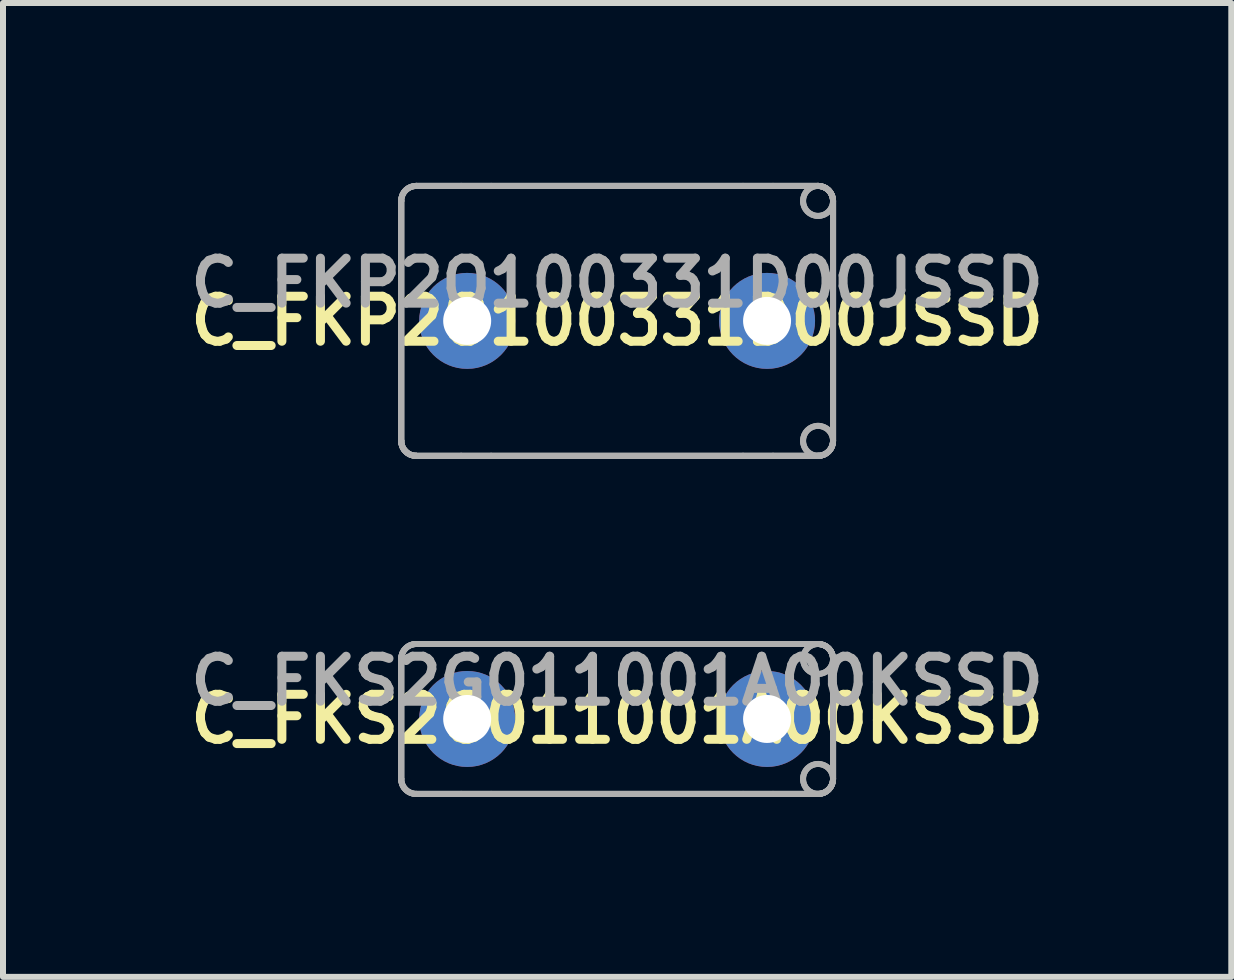
<source format=kicad_pcb>
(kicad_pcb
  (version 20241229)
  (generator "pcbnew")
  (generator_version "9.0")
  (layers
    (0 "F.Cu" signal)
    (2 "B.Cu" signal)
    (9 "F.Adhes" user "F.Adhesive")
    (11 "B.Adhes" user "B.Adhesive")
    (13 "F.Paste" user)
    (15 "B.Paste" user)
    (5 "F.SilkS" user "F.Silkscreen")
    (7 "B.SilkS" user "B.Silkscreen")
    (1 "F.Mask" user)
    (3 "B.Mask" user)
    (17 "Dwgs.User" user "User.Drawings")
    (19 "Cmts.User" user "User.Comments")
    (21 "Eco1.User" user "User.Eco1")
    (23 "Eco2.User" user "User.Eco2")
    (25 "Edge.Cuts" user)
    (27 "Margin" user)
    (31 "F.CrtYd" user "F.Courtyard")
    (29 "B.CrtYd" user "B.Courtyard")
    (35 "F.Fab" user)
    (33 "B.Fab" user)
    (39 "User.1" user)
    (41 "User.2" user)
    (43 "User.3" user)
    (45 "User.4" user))
  (footprint "C_FKP2O100331D00JSSD"
    (layer "F.Cu")
    (at 7.239 2.3)
    (property "Reference" "C_FKP2O100331D00JSSD" (at 0 0 0) (layer "F.SilkS") (effects (font (size 0.75 0.75) (thickness 0.15))))
    (attr through_hole)
    (fp_line (start -3.6 -2) (end -3.6 -2) (stroke (width 0.1) (type solid)) (layer "F.Fab"))
    (fp_line (start -3.6 -2) (end -3.6 -2) (stroke (width 0.1) (type solid)) (layer "F.Fab"))
    (fp_line (start -3.6 -2) (end -3.6 2) (stroke (width 0.1) (type solid)) (layer "F.Fab"))
    (fp_line (start -3.6 -2) (end -3.6 2) (stroke (width 0.1) (type solid)) (layer "F.Fab"))
    (fp_line (start -3.6 -2) (end -3.6 2) (stroke (width 0.1) (type solid)) (layer "F.Fab"))
    (fp_line (start -3.6 -2) (end -3.6 2) (stroke (width 0.1) (type solid)) (layer "F.Fab"))
    (fp_line (start -3.6 2) (end -3.6 2) (stroke (width 0.1) (type solid)) (layer "F.Fab"))
    (fp_line (start -3.6 2) (end -3.6 2) (stroke (width 0.1) (type solid)) (layer "F.Fab"))
    (fp_line (start -3.35 -2.25) (end -3.35 -2.25) (stroke (width 0.1) (type solid)) (layer "F.Fab"))
    (fp_line (start -3.35 -2.25) (end -3.35 -2.25) (stroke (width 0.1) (type solid)) (layer "F.Fab"))
    (fp_line (start -3.35 -2.25) (end 3.35 -2.25) (stroke (width 0.1) (type solid)) (layer "F.Fab"))
    (fp_line (start -3.35 -2.25) (end 3.35 -2.25) (stroke (width 0.1) (type solid)) (layer "F.Fab"))
    (fp_line (start -3.35 2.25) (end -3.35 2.25) (stroke (width 0.1) (type solid)) (layer "F.Fab"))
    (fp_line (start -3.35 2.25) (end -3.35 2.25) (stroke (width 0.1) (type solid)) (layer "F.Fab"))
    (fp_line (start -3.35 2.25) (end 3.35 2.25) (stroke (width 0.1) (type solid)) (layer "F.Fab"))
    (fp_line (start -3.35 2.25) (end 3.35 2.25) (stroke (width 0.1) (type solid)) (layer "F.Fab"))
    (fp_line (start -2.6 -2.25) (end -3.35 -2.25) (stroke (width 0.1) (type solid)) (layer "F.Fab"))
    (fp_line (start -2.6 -2.25) (end -3.35 -2.25) (stroke (width 0.1) (type solid)) (layer "F.Fab"))
    (fp_line (start -2.6 2.25) (end -3.35 2.25) (stroke (width 0.1) (type solid)) (layer "F.Fab"))
    (fp_line (start -2.6 2.25) (end -3.35 2.25) (stroke (width 0.1) (type solid)) (layer "F.Fab"))
    (fp_line (start -2.1 -2.25) (end -2.6 -2.25) (stroke (width 0.1) (type solid)) (layer "F.Fab"))
    (fp_line (start -2.1 -2.25) (end -2.6 -2.25) (stroke (width 0.1) (type solid)) (layer "F.Fab"))
    (fp_line (start -2.1 2.25) (end -2.6 2.25) (stroke (width 0.1) (type solid)) (layer "F.Fab"))
    (fp_line (start -2.1 2.25) (end -2.6 2.25) (stroke (width 0.1) (type solid)) (layer "F.Fab"))
    (fp_line (start 2.1 -2.25) (end -2.1 -2.25) (stroke (width 0.1) (type solid)) (layer "F.Fab"))
    (fp_line (start 2.1 -2.25) (end -2.1 -2.25) (stroke (width 0.1) (type solid)) (layer "F.Fab"))
    (fp_line (start 2.1 2.25) (end -2.1 2.25) (stroke (width 0.1) (type solid)) (layer "F.Fab"))
    (fp_line (start 2.1 2.25) (end -2.1 2.25) (stroke (width 0.1) (type solid)) (layer "F.Fab"))
    (fp_line (start 2.6 -2.25) (end 2.1 -2.25) (stroke (width 0.1) (type solid)) (layer "F.Fab"))
    (fp_line (start 2.6 -2.25) (end 2.1 -2.25) (stroke (width 0.1) (type solid)) (layer "F.Fab"))
    (fp_line (start 2.6 2.25) (end 2.1 2.25) (stroke (width 0.1) (type solid)) (layer "F.Fab"))
    (fp_line (start 2.6 2.25) (end 2.1 2.25) (stroke (width 0.1) (type solid)) (layer "F.Fab"))
    (fp_line (start 3.35 -2.25) (end 2.6 -2.25) (stroke (width 0.1) (type solid)) (layer "F.Fab"))
    (fp_line (start 3.35 -2.25) (end 2.6 -2.25) (stroke (width 0.1) (type solid)) (layer "F.Fab"))
    (fp_line (start 3.35 -2.25) (end 3.35 -2.25) (stroke (width 0.1) (type solid)) (layer "F.Fab"))
    (fp_line (start 3.35 -2.25) (end 3.35 -2.25) (stroke (width 0.1) (type solid)) (layer "F.Fab"))
    (fp_line (start 3.35 2.25) (end 2.6 2.25) (stroke (width 0.1) (type solid)) (layer "F.Fab"))
    (fp_line (start 3.35 2.25) (end 2.6 2.25) (stroke (width 0.1) (type solid)) (layer "F.Fab"))
    (fp_line (start 3.35 2.25) (end 3.35 2.25) (stroke (width 0.1) (type solid)) (layer "F.Fab"))
    (fp_line (start 3.35 2.25) (end 3.35 2.25) (stroke (width 0.1) (type solid)) (layer "F.Fab"))
    (fp_line (start 3.6 -2) (end 3.6 -2) (stroke (width 0.1) (type solid)) (layer "F.Fab"))
    (fp_line (start 3.6 -2) (end 3.6 -2) (stroke (width 0.1) (type solid)) (layer "F.Fab"))
    (fp_line (start 3.6 -2) (end 3.6 2) (stroke (width 0.1) (type solid)) (layer "F.Fab"))
    (fp_line (start 3.6 -2) (end 3.6 2) (stroke (width 0.1) (type solid)) (layer "F.Fab"))
    (fp_line (start 3.6 -2) (end 3.6 2) (stroke (width 0.1) (type solid)) (layer "F.Fab"))
    (fp_line (start 3.6 -2) (end 3.6 2) (stroke (width 0.1) (type solid)) (layer "F.Fab"))
    (fp_line (start 3.6 2) (end 3.6 2) (stroke (width 0.1) (type solid)) (layer "F.Fab"))
    (fp_line (start 3.6 2) (end 3.6 2) (stroke (width 0.1) (type solid)) (layer "F.Fab"))
    (fp_arc (start -3.6 -2) (mid -3.526777 -2.176777) (end -3.35 -2.25) (stroke (width 0.1) (type solid)) (layer "F.Fab"))
    (fp_arc (start -3.6 -2) (mid -3.526777 -2.176777) (end -3.35 -2.25) (stroke (width 0.1) (type solid)) (layer "F.Fab"))
    (fp_arc (start -3.6 -2) (mid -3.526777 -2.176777) (end -3.35 -2.25) (stroke (width 0.1) (type solid)) (layer "F.Fab"))
    (fp_arc (start -3.6 -2) (mid -3.526777 -2.176777) (end -3.35 -2.25) (stroke (width 0.1) (type solid)) (layer "F.Fab"))
    (fp_arc (start -3.35 2.25) (mid -3.526777 2.176777) (end -3.6 2) (stroke (width 0.1) (type solid)) (layer "F.Fab"))
    (fp_arc (start -3.35 2.25) (mid -3.526777 2.176777) (end -3.6 2) (stroke (width 0.1) (type solid)) (layer "F.Fab"))
    (fp_arc (start -3.35 2.25) (mid -3.526777 2.176777) (end -3.6 2) (stroke (width 0.1) (type solid)) (layer "F.Fab"))
    (fp_arc (start -3.35 2.25) (mid -3.526777 2.176777) (end -3.6 2) (stroke (width 0.1) (type solid)) (layer "F.Fab"))
    (fp_arc (start -3.35 2.25) (mid -3.526777 2.176777) (end -3.6 2) (stroke (width 0.1) (type solid)) (layer "F.Fab"))
    (fp_arc (start -3.35 2.25) (mid -3.526777 2.176777) (end -3.6 2) (stroke (width 0.1) (type solid)) (layer "F.Fab"))
    (fp_arc (start 3.35 -2.25) (mid 3.526777 -2.176777) (end 3.6 -2) (stroke (width 0.1) (type solid)) (layer "F.Fab"))
    (fp_arc (start 3.35 -2.25) (mid 3.526777 -2.176777) (end 3.6 -2) (stroke (width 0.1) (type solid)) (layer "F.Fab"))
    (fp_arc (start 3.35 -2.25) (mid 3.526777 -2.176777) (end 3.6 -2) (stroke (width 0.1) (type solid)) (layer "F.Fab"))
    (fp_arc (start 3.35 -2.25) (mid 3.526777 -2.176777) (end 3.6 -2) (stroke (width 0.1) (type solid)) (layer "F.Fab"))
    (fp_arc (start 3.6 -2) (mid 3.1 -2) (end 3.6 -2) (stroke (width 0.1) (type solid)) (layer "F.Fab"))
    (fp_arc (start 3.6 -2) (mid 3.1 -2) (end 3.6 -2) (stroke (width 0.1) (type solid)) (layer "F.Fab"))
    (fp_arc (start 3.6 2) (mid 3.526777 2.176777) (end 3.35 2.25) (stroke (width 0.1) (type solid)) (layer "F.Fab"))
    (fp_arc (start 3.6 2) (mid 3.526777 2.176777) (end 3.35 2.25) (stroke (width 0.1) (type solid)) (layer "F.Fab"))
    (fp_arc (start 3.6 2) (mid 3.526777 2.176777) (end 3.35 2.25) (stroke (width 0.1) (type solid)) (layer "F.Fab"))
    (fp_arc (start 3.6 2) (mid 3.526777 2.176777) (end 3.35 2.25) (stroke (width 0.1) (type solid)) (layer "F.Fab"))
    (fp_arc (start 3.6 2) (mid 3.1 2) (end 3.6 2) (stroke (width 0.1) (type solid)) (layer "F.Fab"))
    (fp_arc (start 3.6 2) (mid 3.1 2) (end 3.6 2) (stroke (width 0.1) (type solid)) (layer "F.Fab"))
    (fp_text user "${REFERENCE}" (at 0 -0.635 0) (layer "F.Fab") (effects (font (size 0.75 0.75) (thickness 0.15))))
    (pad "" connect circle (at -2.5 0) (size 0.8 0.8) (layers "F.Mask"))
    (pad "" connect circle (at 2.5 0) (size 0.8 0.8) (layers "F.Mask"))
    (pad "1" thru_hole circle (at -2.5 0) (size 1.6 1.6) (drill 0.8) (layers "B.Cu" "B.Mask"))
    (pad "2" thru_hole circle (at 2.5 0) (size 1.6 1.6) (drill 0.8) (layers "B.Cu" "B.Mask")))
  (footprint "C_FKS2G011001A00KSSD"
    (layer "F.Cu")
    (at 7.239 8.937)
    (property "Reference" "C_FKS2G011001A00KSSD" (at 0 0 0) (layer "F.SilkS") (effects (font (size 0.75 0.75) (thickness 0.15))))
    (attr through_hole)
    (fp_line (start -3.6 -1) (end -3.6 -1) (stroke (width 0.1) (type solid)) (layer "F.Fab"))
    (fp_line (start -3.6 -1) (end -3.6 -1) (stroke (width 0.1) (type solid)) (layer "F.Fab"))
    (fp_line (start -3.6 -1) (end -3.6 1) (stroke (width 0.1) (type solid)) (layer "F.Fab"))
    (fp_line (start -3.6 -1) (end -3.6 1) (stroke (width 0.1) (type solid)) (layer "F.Fab"))
    (fp_line (start -3.6 -1) (end -3.6 1) (stroke (width 0.1) (type solid)) (layer "F.Fab"))
    (fp_line (start -3.6 -1) (end -3.6 1) (stroke (width 0.1) (type solid)) (layer "F.Fab"))
    (fp_line (start -3.6 1) (end -3.6 1) (stroke (width 0.1) (type solid)) (layer "F.Fab"))
    (fp_line (start -3.6 1) (end -3.6 1) (stroke (width 0.1) (type solid)) (layer "F.Fab"))
    (fp_line (start -3.35 -1.25) (end -3.35 -1.25) (stroke (width 0.1) (type solid)) (layer "F.Fab"))
    (fp_line (start -3.35 -1.25) (end -3.35 -1.25) (stroke (width 0.1) (type solid)) (layer "F.Fab"))
    (fp_line (start -3.35 -1.25) (end 3.35 -1.25) (stroke (width 0.1) (type solid)) (layer "F.Fab"))
    (fp_line (start -3.35 -1.25) (end 3.35 -1.25) (stroke (width 0.1) (type solid)) (layer "F.Fab"))
    (fp_line (start -3.35 1.25) (end -3.35 1.25) (stroke (width 0.1) (type solid)) (layer "F.Fab"))
    (fp_line (start -3.35 1.25) (end -3.35 1.25) (stroke (width 0.1) (type solid)) (layer "F.Fab"))
    (fp_line (start -3.35 1.25) (end 3.35 1.25) (stroke (width 0.1) (type solid)) (layer "F.Fab"))
    (fp_line (start -3.35 1.25) (end 3.35 1.25) (stroke (width 0.1) (type solid)) (layer "F.Fab"))
    (fp_line (start -2.6 -1.25) (end -3.35 -1.25) (stroke (width 0.1) (type solid)) (layer "F.Fab"))
    (fp_line (start -2.6 -1.25) (end -3.35 -1.25) (stroke (width 0.1) (type solid)) (layer "F.Fab"))
    (fp_line (start -2.6 1.25) (end -3.35 1.25) (stroke (width 0.1) (type solid)) (layer "F.Fab"))
    (fp_line (start -2.6 1.25) (end -3.35 1.25) (stroke (width 0.1) (type solid)) (layer "F.Fab"))
    (fp_line (start -2.1 -1.25) (end -2.6 -1.25) (stroke (width 0.1) (type solid)) (layer "F.Fab"))
    (fp_line (start -2.1 -1.25) (end -2.6 -1.25) (stroke (width 0.1) (type solid)) (layer "F.Fab"))
    (fp_line (start -2.1 1.25) (end -2.6 1.25) (stroke (width 0.1) (type solid)) (layer "F.Fab"))
    (fp_line (start -2.1 1.25) (end -2.6 1.25) (stroke (width 0.1) (type solid)) (layer "F.Fab"))
    (fp_line (start 2.1 -1.25) (end -2.1 -1.25) (stroke (width 0.1) (type solid)) (layer "F.Fab"))
    (fp_line (start 2.1 -1.25) (end -2.1 -1.25) (stroke (width 0.1) (type solid)) (layer "F.Fab"))
    (fp_line (start 2.1 1.25) (end -2.1 1.25) (stroke (width 0.1) (type solid)) (layer "F.Fab"))
    (fp_line (start 2.1 1.25) (end -2.1 1.25) (stroke (width 0.1) (type solid)) (layer "F.Fab"))
    (fp_line (start 2.6 -1.25) (end 2.1 -1.25) (stroke (width 0.1) (type solid)) (layer "F.Fab"))
    (fp_line (start 2.6 -1.25) (end 2.1 -1.25) (stroke (width 0.1) (type solid)) (layer "F.Fab"))
    (fp_line (start 2.6 1.25) (end 2.1 1.25) (stroke (width 0.1) (type solid)) (layer "F.Fab"))
    (fp_line (start 2.6 1.25) (end 2.1 1.25) (stroke (width 0.1) (type solid)) (layer "F.Fab"))
    (fp_line (start 3.35 -1.25) (end 2.6 -1.25) (stroke (width 0.1) (type solid)) (layer "F.Fab"))
    (fp_line (start 3.35 -1.25) (end 2.6 -1.25) (stroke (width 0.1) (type solid)) (layer "F.Fab"))
    (fp_line (start 3.35 -1.25) (end 3.35 -1.25) (stroke (width 0.1) (type solid)) (layer "F.Fab"))
    (fp_line (start 3.35 -1.25) (end 3.35 -1.25) (stroke (width 0.1) (type solid)) (layer "F.Fab"))
    (fp_line (start 3.35 1.25) (end 2.6 1.25) (stroke (width 0.1) (type solid)) (layer "F.Fab"))
    (fp_line (start 3.35 1.25) (end 2.6 1.25) (stroke (width 0.1) (type solid)) (layer "F.Fab"))
    (fp_line (start 3.35 1.25) (end 3.35 1.25) (stroke (width 0.1) (type solid)) (layer "F.Fab"))
    (fp_line (start 3.35 1.25) (end 3.35 1.25) (stroke (width 0.1) (type solid)) (layer "F.Fab"))
    (fp_line (start 3.6 -1) (end 3.6 -1) (stroke (width 0.1) (type solid)) (layer "F.Fab"))
    (fp_line (start 3.6 -1) (end 3.6 -1) (stroke (width 0.1) (type solid)) (layer "F.Fab"))
    (fp_line (start 3.6 -1) (end 3.6 1) (stroke (width 0.1) (type solid)) (layer "F.Fab"))
    (fp_line (start 3.6 -1) (end 3.6 1) (stroke (width 0.1) (type solid)) (layer "F.Fab"))
    (fp_line (start 3.6 -1) (end 3.6 1) (stroke (width 0.1) (type solid)) (layer "F.Fab"))
    (fp_line (start 3.6 -1) (end 3.6 1) (stroke (width 0.1) (type solid)) (layer "F.Fab"))
    (fp_line (start 3.6 1) (end 3.6 1) (stroke (width 0.1) (type solid)) (layer "F.Fab"))
    (fp_line (start 3.6 1) (end 3.6 1) (stroke (width 0.1) (type solid)) (layer "F.Fab"))
    (fp_arc (start -3.6 -1) (mid -3.526777 -1.176777) (end -3.35 -1.25) (stroke (width 0.1) (type solid)) (layer "F.Fab"))
    (fp_arc (start -3.6 -1) (mid -3.526777 -1.176777) (end -3.35 -1.25) (stroke (width 0.1) (type solid)) (layer "F.Fab"))
    (fp_arc (start -3.6 -1) (mid -3.526777 -1.176777) (end -3.35 -1.25) (stroke (width 0.1) (type solid)) (layer "F.Fab"))
    (fp_arc (start -3.6 -1) (mid -3.526777 -1.176777) (end -3.35 -1.25) (stroke (width 0.1) (type solid)) (layer "F.Fab"))
    (fp_arc (start -3.35 1.25) (mid -3.526777 1.176777) (end -3.6 1) (stroke (width 0.1) (type solid)) (layer "F.Fab"))
    (fp_arc (start -3.35 1.25) (mid -3.526777 1.176777) (end -3.6 1) (stroke (width 0.1) (type solid)) (layer "F.Fab"))
    (fp_arc (start -3.35 1.25) (mid -3.526777 1.176777) (end -3.6 1) (stroke (width 0.1) (type solid)) (layer "F.Fab"))
    (fp_arc (start -3.35 1.25) (mid -3.526777 1.176777) (end -3.6 1) (stroke (width 0.1) (type solid)) (layer "F.Fab"))
    (fp_arc (start 3.35 -1.25) (mid 3.526777 -1.176777) (end 3.6 -1) (stroke (width 0.1) (type solid)) (layer "F.Fab"))
    (fp_arc (start 3.35 -1.25) (mid 3.526777 -1.176777) (end 3.6 -1) (stroke (width 0.1) (type solid)) (layer "F.Fab"))
    (fp_arc (start 3.35 -1.25) (mid 3.526777 -1.176777) (end 3.6 -1) (stroke (width 0.1) (type solid)) (layer "F.Fab"))
    (fp_arc (start 3.35 -1.25) (mid 3.526777 -1.176777) (end 3.6 -1) (stroke (width 0.1) (type solid)) (layer "F.Fab"))
    (fp_arc (start 3.6 -1) (mid 3.1 -1) (end 3.6 -1) (stroke (width 0.1) (type solid)) (layer "F.Fab"))
    (fp_arc (start 3.6 -1) (mid 3.1 -1) (end 3.6 -1) (stroke (width 0.1) (type solid)) (layer "F.Fab"))
    (fp_arc (start 3.6 1) (mid 3.526777 1.176777) (end 3.35 1.25) (stroke (width 0.1) (type solid)) (layer "F.Fab"))
    (fp_arc (start 3.6 1) (mid 3.526777 1.176777) (end 3.35 1.25) (stroke (width 0.1) (type solid)) (layer "F.Fab"))
    (fp_arc (start 3.6 1) (mid 3.526777 1.176777) (end 3.35 1.25) (stroke (width 0.1) (type solid)) (layer "F.Fab"))
    (fp_arc (start 3.6 1) (mid 3.526777 1.176777) (end 3.35 1.25) (stroke (width 0.1) (type solid)) (layer "F.Fab"))
    (fp_arc (start 3.6 1) (mid 3.1 1) (end 3.6 1) (stroke (width 0.1) (type solid)) (layer "F.Fab"))
    (fp_arc (start 3.6 1) (mid 3.1 1) (end 3.6 1) (stroke (width 0.1) (type solid)) (layer "F.Fab"))
    (fp_text user "${REFERENCE}" (at 0 -0.635 0) (layer "F.Fab") (effects (font (size 0.75 0.75) (thickness 0.15))))
    (pad "" connect circle (at -2.5 0) (size 0.8 0.8) (layers "F.Mask"))
    (pad "" connect circle (at 2.5 0) (size 0.8 0.8) (layers "F.Mask"))
    (pad "1" thru_hole circle (at -2.5 0) (size 1.6 1.6) (drill 0.8) (layers "B.Cu" "B.Mask"))
    (pad "2" thru_hole circle (at 2.5 0) (size 1.6 1.6) (drill 0.8) (layers "B.Cu" "B.Mask")))
  (gr_rect
    (start -3 -3)
    (end 17.479 13.237)
    (stroke (width 0.1) (type default))
    (fill no)
    (layer "Edge.Cuts")))
</source>
